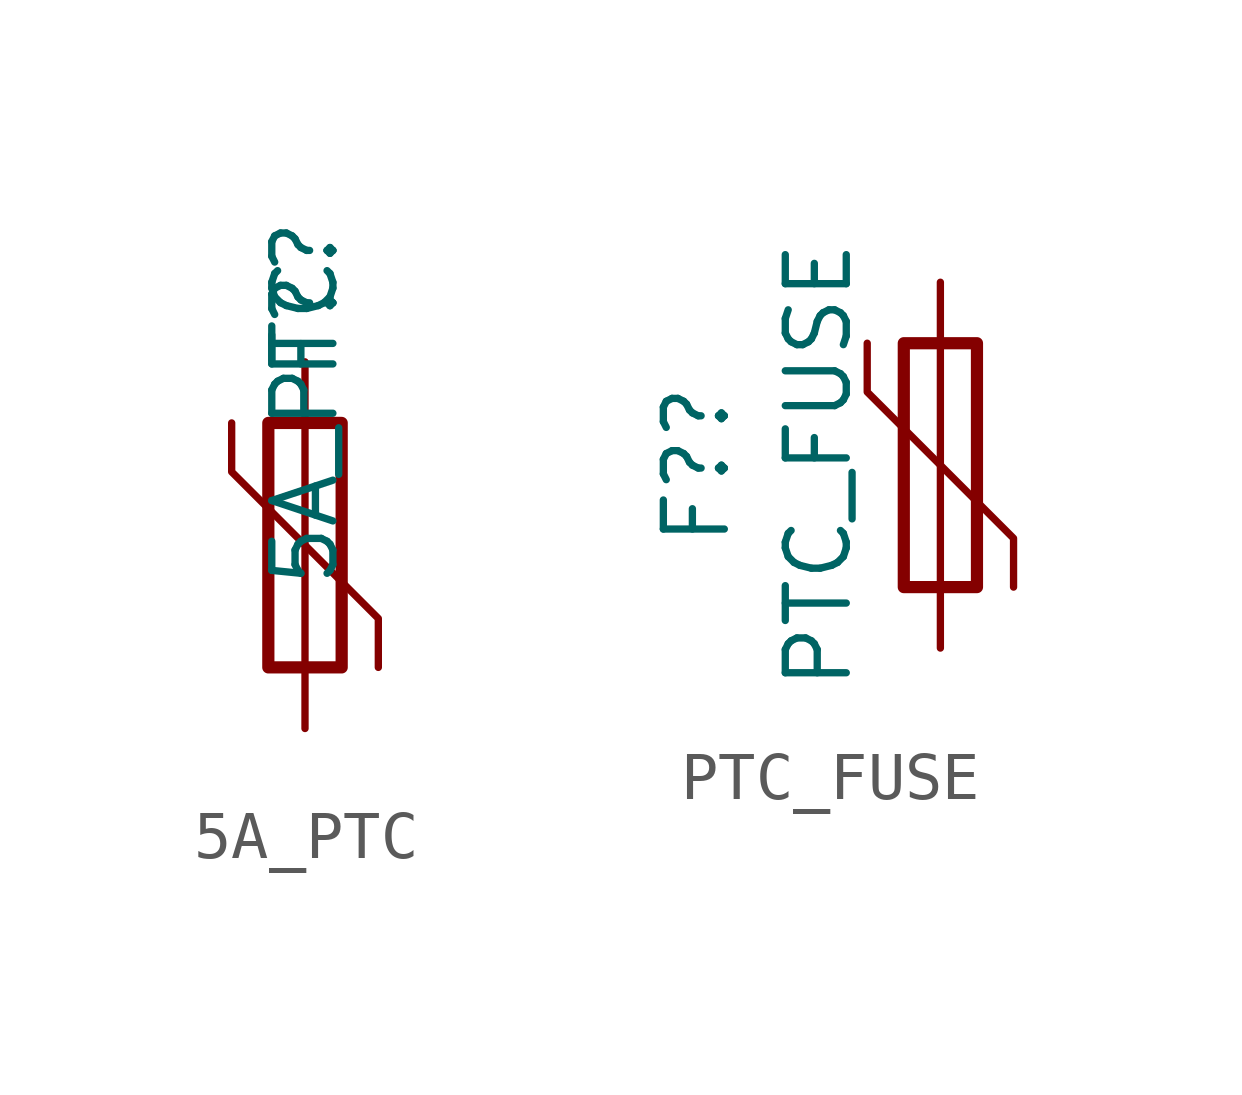
<source format=kicad_sym>
(kicad_symbol_lib
  (version 20211014)
  (generator kicad_symbol_editor)
  (symbol "5A_PTC"
    (pin_numbers hide)
    (pin_names
      (offset 0))
    (property "Reference" "F?"
      (at 0 5.097 90)
      (effects (font (size 1.27 1.27))))
    (property "Value" "5A_PTC"
      (at 0 2.56 90)
      (effects (font (size 1.27 1.27))))
    (symbol "5A_PTC_0_1"
      (rectangle (start -0.762 2.54) (end 0.762 -2.54) (stroke (width 0.254) (type default) (color 0 0 0 0)) (fill (type none)))
      (polyline (pts (xy 0 2.54) (xy 0 -2.54)) (stroke (width 0) (type default) (color 0 0 0 0)) (fill (type none)))
      (polyline (pts (xy -1.524 2.54) (xy -1.524 1.524) (xy 1.524 -1.524) (xy 1.524 -2.54)) (stroke (width 0) (type default) (color 0 0 0 0)) (fill (type none))))
    (symbol "5A_PTC_1_1"
      (pin passive line (at 0 3.81 270) (length 1.27) (name "~" (effects (font (size 1.27 1.27)))) (number "1" (effects (font (size 1.27 1.27)))))
      (pin passive line (at 0 -3.81 90) (length 1.27) (name "~" (effects (font (size 1.27 1.27)))) (number "2" (effects (font (size 1.27 1.27)))))))
  (symbol "PTC_FUSE"
    (pin_numbers hide)
    (pin_names
      (offset 0))
    (property "Reference" "F?"
      (at -5.08 0 90)
      (effects (font (size 1.27 1.27))))
    (property "Value" "PTC_FUSE"
      (at -2.54 0 90)
      (effects (font (size 1.27 1.27))))
    (symbol "PTC_FUSE_0_1"
      (rectangle (start -0.762 2.54) (end 0.762 -2.54) (stroke (width 0.254) (type default) (color 0 0 0 0)) (fill (type none)))
      (polyline (pts (xy 0 2.54) (xy 0 -2.54)) (stroke (width 0) (type default) (color 0 0 0 0)) (fill (type none)))
      (polyline (pts (xy -1.524 2.54) (xy -1.524 1.524) (xy 1.524 -1.524) (xy 1.524 -2.54)) (stroke (width 0) (type default) (color 0 0 0 0)) (fill (type none))))
    (symbol "PTC_FUSE_1_1"
      (pin passive line (at 0 3.81 270) (length 1.27) (name "~" (effects (font (size 1.27 1.27)))) (number "1" (effects (font (size 1.27 1.27)))))
      (pin passive line (at 0 -3.81 90) (length 1.27) (name "~" (effects (font (size 1.27 1.27)))) (number "2" (effects (font (size 1.27 1.27))))))))
</source>
